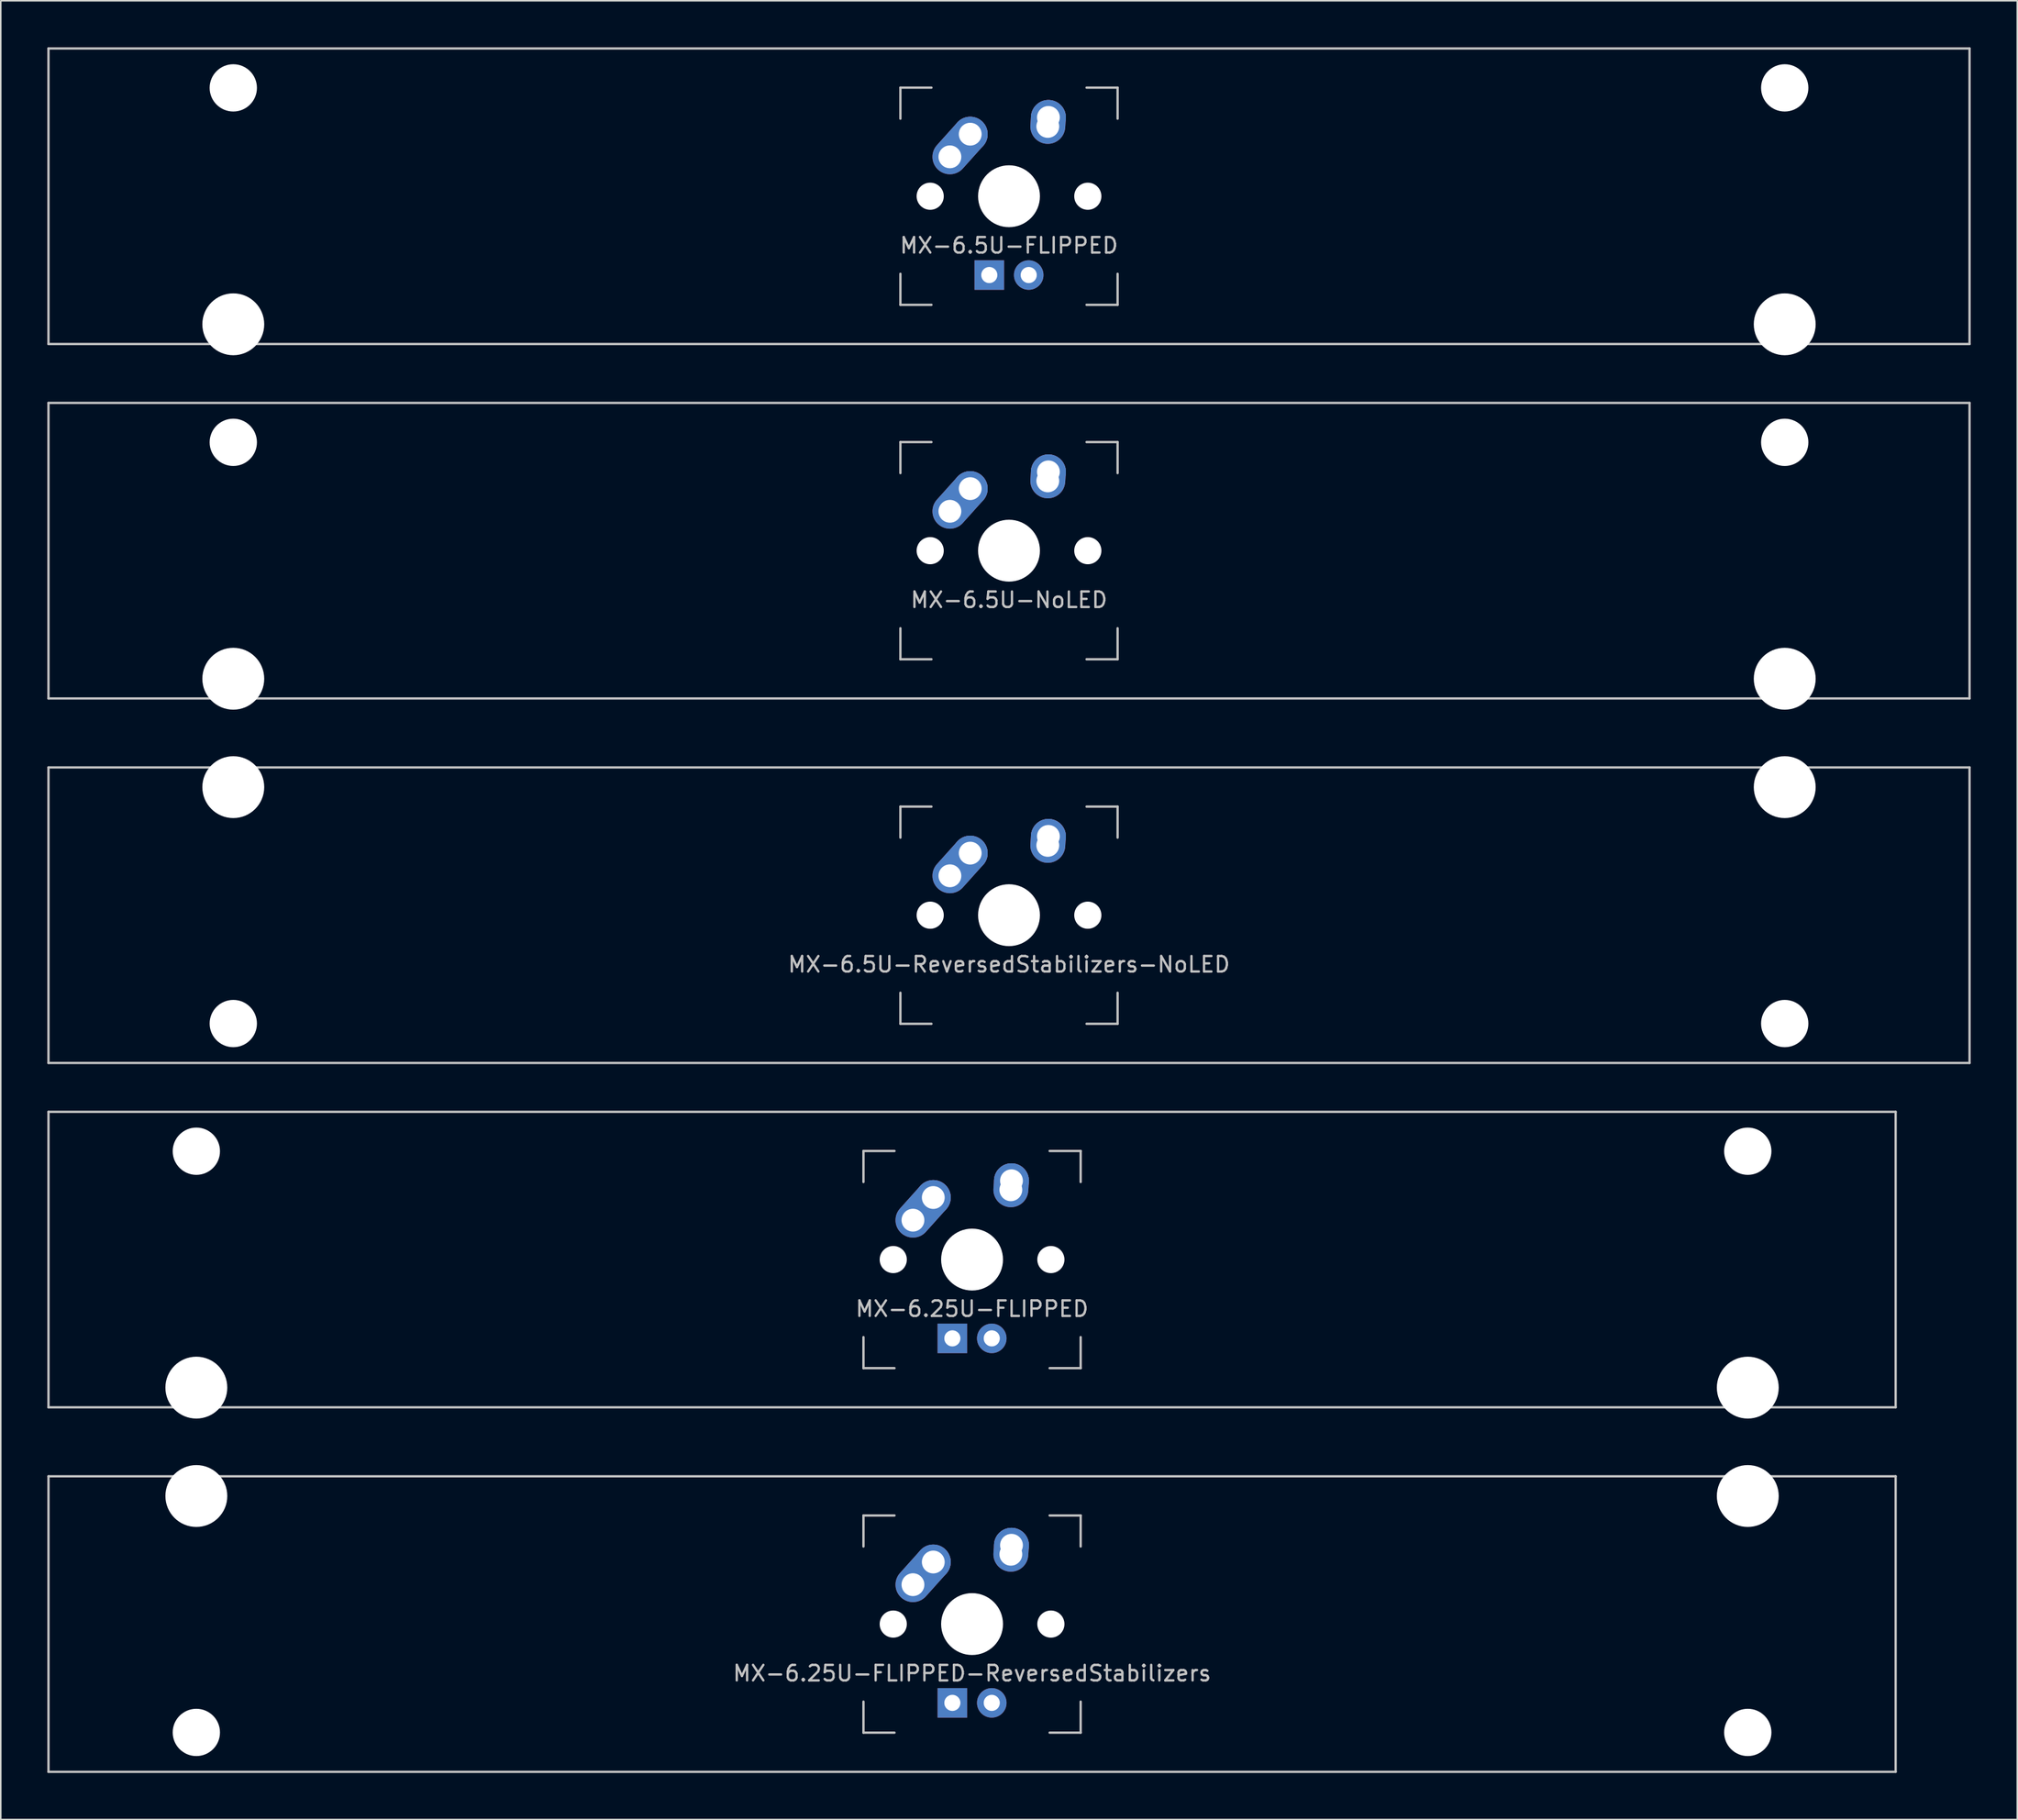
<source format=kicad_pcb>
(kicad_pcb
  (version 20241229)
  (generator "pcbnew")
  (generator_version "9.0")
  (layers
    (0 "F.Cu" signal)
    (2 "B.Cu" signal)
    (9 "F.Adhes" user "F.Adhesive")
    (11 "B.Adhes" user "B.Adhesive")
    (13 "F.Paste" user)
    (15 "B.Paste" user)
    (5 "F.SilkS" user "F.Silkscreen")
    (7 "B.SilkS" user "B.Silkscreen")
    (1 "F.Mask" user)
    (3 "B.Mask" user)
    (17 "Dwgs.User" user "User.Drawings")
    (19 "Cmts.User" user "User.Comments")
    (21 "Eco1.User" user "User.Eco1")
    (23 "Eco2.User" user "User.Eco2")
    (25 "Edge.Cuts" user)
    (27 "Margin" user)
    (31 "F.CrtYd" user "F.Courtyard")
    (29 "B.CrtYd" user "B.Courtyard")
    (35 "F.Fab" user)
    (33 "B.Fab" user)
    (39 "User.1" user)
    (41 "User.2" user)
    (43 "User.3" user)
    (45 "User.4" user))
  (footprint "MX-6.25U-FLIPPED"
    (layer "F.Cu")
    (at 59.606 78.147)
    (property "Reference" "MX-6.25U-FLIPPED" (at 0 3.175 0) (layer "Dwgs.User") (effects (font (size 1 1) (thickness 0.15))))
    (attr through_hole)
    (fp_line (start -59.531 -9.525) (end 59.531 -9.525) (stroke (width 0.15) (type solid)) (layer "Dwgs.User"))
    (fp_line (start -59.531 9.525) (end -59.531 -9.525) (stroke (width 0.15) (type solid)) (layer "Dwgs.User"))
    (fp_line (start -59.531 9.525) (end 59.531 9.525) (stroke (width 0.15) (type solid)) (layer "Dwgs.User"))
    (fp_line (start -7 -7) (end -7 -5) (stroke (width 0.15) (type solid)) (layer "Dwgs.User"))
    (fp_line (start -7 5) (end -7 7) (stroke (width 0.15) (type solid)) (layer "Dwgs.User"))
    (fp_line (start -7 7) (end -5 7) (stroke (width 0.15) (type solid)) (layer "Dwgs.User"))
    (fp_line (start -5 -7) (end -7 -7) (stroke (width 0.15) (type solid)) (layer "Dwgs.User"))
    (fp_line (start 5 -7) (end 7 -7) (stroke (width 0.15) (type solid)) (layer "Dwgs.User"))
    (fp_line (start 5 7) (end 7 7) (stroke (width 0.15) (type solid)) (layer "Dwgs.User"))
    (fp_line (start 7 -7) (end 7 -5) (stroke (width 0.15) (type solid)) (layer "Dwgs.User"))
    (fp_line (start 7 7) (end 7 5) (stroke (width 0.15) (type solid)) (layer "Dwgs.User"))
    (fp_line (start 59.531 -9.525) (end 59.531 9.525) (stroke (width 0.15) (type solid)) (layer "Dwgs.User"))
    (pad "" np_thru_hole circle (at -50 -6.985) (size 3.048 3.048) (drill 3.048) (layers "*.Cu" "*.Mask"))
    (pad "" np_thru_hole circle (at -50 8.255) (size 3.988 3.988) (drill 3.988) (layers "*.Cu" "*.Mask"))
    (pad "" np_thru_hole circle (at -5.08 0 48.1) (size 1.75 1.75) (drill 1.75) (layers "*.Cu" "*.Mask"))
    (pad "" np_thru_hole circle (at 0 0) (size 3.988 3.988) (drill 3.988) (layers "*.Cu" "*.Mask"))
    (pad "" np_thru_hole circle (at 5.08 0 48.1) (size 1.75 1.75) (drill 1.75) (layers "*.Cu" "*.Mask"))
    (pad "" np_thru_hole circle (at 50 -6.985) (size 3.048 3.048) (drill 3.048) (layers "*.Cu" "*.Mask"))
    (pad "" np_thru_hole circle (at 50 8.255) (size 3.988 3.988) (drill 3.988) (layers "*.Cu" "*.Mask"))
    (pad "1" thru_hole oval (at -3.81 -2.54 48.1) (size 4.212 2.25) (drill 1.47 (offset 0.981 0)) (layers "*.Cu" "*.Mask"))
    (pad "1" thru_hole circle (at -2.5 -4) (size 2.25 2.25) (drill 1.47) (layers "*.Cu" "*.Mask"))
    (pad "2" thru_hole oval (at 2.5 -4.5 86.055) (size 2.831 2.25) (drill 1.47 (offset 0.291 0)) (layers "*.Cu" "*.Mask"))
    (pad "2" thru_hole circle (at 2.54 -5.08) (size 2.25 2.25) (drill 1.47) (layers "*.Cu" "*.Mask"))
    (pad "3" thru_hole circle (at 1.27 5.08) (size 1.905 1.905) (drill 1.04) (layers "*.Cu" "*.Mask"))
    (pad "4" thru_hole rect (at -1.27 5.08) (size 1.905 1.905) (drill 1.04) (layers "*.Cu" "*.Mask")))
  (footprint "MX-6.5U-NoLED"
    (layer "F.Cu")
    (at 61.987 32.449)
    (property "Reference" "MX-6.5U-NoLED" (at 0 3.175 0) (layer "Dwgs.User") (effects (font (size 1 1) (thickness 0.15))))
    (attr through_hole)
    (fp_line (start -61.913 -9.525) (end 61.913 -9.525) (stroke (width 0.15) (type solid)) (layer "Dwgs.User"))
    (fp_line (start -61.913 9.525) (end -61.913 -9.525) (stroke (width 0.15) (type solid)) (layer "Dwgs.User"))
    (fp_line (start -61.913 9.525) (end 61.913 9.525) (stroke (width 0.15) (type solid)) (layer "Dwgs.User"))
    (fp_line (start -7 -7) (end -7 -5) (stroke (width 0.15) (type solid)) (layer "Dwgs.User"))
    (fp_line (start -7 5) (end -7 7) (stroke (width 0.15) (type solid)) (layer "Dwgs.User"))
    (fp_line (start -7 7) (end -5 7) (stroke (width 0.15) (type solid)) (layer "Dwgs.User"))
    (fp_line (start -5 -7) (end -7 -7) (stroke (width 0.15) (type solid)) (layer "Dwgs.User"))
    (fp_line (start 5 -7) (end 7 -7) (stroke (width 0.15) (type solid)) (layer "Dwgs.User"))
    (fp_line (start 5 7) (end 7 7) (stroke (width 0.15) (type solid)) (layer "Dwgs.User"))
    (fp_line (start 7 -7) (end 7 -5) (stroke (width 0.15) (type solid)) (layer "Dwgs.User"))
    (fp_line (start 7 7) (end 7 5) (stroke (width 0.15) (type solid)) (layer "Dwgs.User"))
    (fp_line (start 61.913 -9.525) (end 61.913 9.525) (stroke (width 0.15) (type solid)) (layer "Dwgs.User"))
    (pad "" np_thru_hole circle (at -50 -6.985) (size 3.048 3.048) (drill 3.048) (layers "*.Cu" "*.Mask"))
    (pad "" np_thru_hole circle (at -50 8.255) (size 3.988 3.988) (drill 3.988) (layers "*.Cu" "*.Mask"))
    (pad "" np_thru_hole circle (at -5.08 0 48.1) (size 1.75 1.75) (drill 1.75) (layers "*.Cu" "*.Mask"))
    (pad "" np_thru_hole circle (at 0 0) (size 3.988 3.988) (drill 3.988) (layers "*.Cu" "*.Mask"))
    (pad "" np_thru_hole circle (at 5.08 0 48.1) (size 1.75 1.75) (drill 1.75) (layers "*.Cu" "*.Mask"))
    (pad "" np_thru_hole circle (at 50 -6.985) (size 3.048 3.048) (drill 3.048) (layers "*.Cu" "*.Mask"))
    (pad "" np_thru_hole circle (at 50 8.255) (size 3.988 3.988) (drill 3.988) (layers "*.Cu" "*.Mask"))
    (pad "1" thru_hole oval (at -3.81 -2.54 48.1) (size 4.212 2.25) (drill 1.47 (offset 0.981 0)) (layers "*.Cu" "*.Mask"))
    (pad "1" thru_hole circle (at -2.5 -4) (size 2.25 2.25) (drill 1.47) (layers "*.Cu" "*.Mask"))
    (pad "2" thru_hole oval (at 2.5 -4.5 86.055) (size 2.831 2.25) (drill 1.47 (offset 0.291 0)) (layers "*.Cu" "*.Mask"))
    (pad "2" thru_hole circle (at 2.54 -5.08) (size 2.25 2.25) (drill 1.47) (layers "*.Cu" "*.Mask")))
  (footprint "MX-6.25U-FLIPPED-ReversedStabilizers"
    (layer "F.Cu")
    (at 59.606 101.644)
    (property "Reference" "MX-6.25U-FLIPPED-ReversedStabilizers" (at 0 3.175 0) (layer "Dwgs.User") (effects (font (size 1 1) (thickness 0.15))))
    (attr through_hole)
    (fp_line (start -59.531 -9.525) (end 59.531 -9.525) (stroke (width 0.15) (type solid)) (layer "Dwgs.User"))
    (fp_line (start -59.531 9.525) (end -59.531 -9.525) (stroke (width 0.15) (type solid)) (layer "Dwgs.User"))
    (fp_line (start -59.531 9.525) (end 59.531 9.525) (stroke (width 0.15) (type solid)) (layer "Dwgs.User"))
    (fp_line (start -7 -7) (end -7 -5) (stroke (width 0.15) (type solid)) (layer "Dwgs.User"))
    (fp_line (start -7 5) (end -7 7) (stroke (width 0.15) (type solid)) (layer "Dwgs.User"))
    (fp_line (start -7 7) (end -5 7) (stroke (width 0.15) (type solid)) (layer "Dwgs.User"))
    (fp_line (start -5 -7) (end -7 -7) (stroke (width 0.15) (type solid)) (layer "Dwgs.User"))
    (fp_line (start 5 -7) (end 7 -7) (stroke (width 0.15) (type solid)) (layer "Dwgs.User"))
    (fp_line (start 5 7) (end 7 7) (stroke (width 0.15) (type solid)) (layer "Dwgs.User"))
    (fp_line (start 7 -7) (end 7 -5) (stroke (width 0.15) (type solid)) (layer "Dwgs.User"))
    (fp_line (start 7 7) (end 7 5) (stroke (width 0.15) (type solid)) (layer "Dwgs.User"))
    (fp_line (start 59.531 -9.525) (end 59.531 9.525) (stroke (width 0.15) (type solid)) (layer "Dwgs.User"))
    (pad "" np_thru_hole circle (at -50 -8.255) (size 3.988 3.988) (drill 3.988) (layers "*.Cu" "*.Mask"))
    (pad "" np_thru_hole circle (at -50 6.985) (size 3.048 3.048) (drill 3.048) (layers "*.Cu" "*.Mask"))
    (pad "" np_thru_hole circle (at -5.08 0 48.1) (size 1.75 1.75) (drill 1.75) (layers "*.Cu" "*.Mask"))
    (pad "" np_thru_hole circle (at 0 0) (size 3.988 3.988) (drill 3.988) (layers "*.Cu" "*.Mask"))
    (pad "" np_thru_hole circle (at 5.08 0 48.1) (size 1.75 1.75) (drill 1.75) (layers "*.Cu" "*.Mask"))
    (pad "" np_thru_hole circle (at 50 -8.255) (size 3.988 3.988) (drill 3.988) (layers "*.Cu" "*.Mask"))
    (pad "" np_thru_hole circle (at 50 6.985) (size 3.048 3.048) (drill 3.048) (layers "*.Cu" "*.Mask"))
    (pad "1" thru_hole oval (at -3.81 -2.54 48.1) (size 4.212 2.25) (drill 1.47 (offset 0.981 0)) (layers "*.Cu" "*.Mask"))
    (pad "1" thru_hole circle (at -2.5 -4) (size 2.25 2.25) (drill 1.47) (layers "*.Cu" "*.Mask"))
    (pad "2" thru_hole oval (at 2.5 -4.5 86.055) (size 2.831 2.25) (drill 1.47 (offset 0.291 0)) (layers "*.Cu" "*.Mask"))
    (pad "2" thru_hole circle (at 2.54 -5.08) (size 2.25 2.25) (drill 1.47) (layers "*.Cu" "*.Mask"))
    (pad "3" thru_hole circle (at 1.27 5.08) (size 1.905 1.905) (drill 1.04) (layers "*.Cu" "*.Mask"))
    (pad "4" thru_hole rect (at -1.27 5.08) (size 1.905 1.905) (drill 1.04) (layers "*.Cu" "*.Mask")))
  (footprint "MX-6.5U-FLIPPED"
    (layer "F.Cu")
    (at 61.987 9.6)
    (property "Reference" "MX-6.5U-FLIPPED" (at 0 3.175 0) (layer "Dwgs.User") (effects (font (size 1 1) (thickness 0.15))))
    (attr through_hole)
    (fp_line (start -61.913 -9.525) (end 61.913 -9.525) (stroke (width 0.15) (type solid)) (layer "Dwgs.User"))
    (fp_line (start -61.913 9.525) (end -61.913 -9.525) (stroke (width 0.15) (type solid)) (layer "Dwgs.User"))
    (fp_line (start -61.913 9.525) (end 61.913 9.525) (stroke (width 0.15) (type solid)) (layer "Dwgs.User"))
    (fp_line (start -7 -7) (end -7 -5) (stroke (width 0.15) (type solid)) (layer "Dwgs.User"))
    (fp_line (start -7 5) (end -7 7) (stroke (width 0.15) (type solid)) (layer "Dwgs.User"))
    (fp_line (start -7 7) (end -5 7) (stroke (width 0.15) (type solid)) (layer "Dwgs.User"))
    (fp_line (start -5 -7) (end -7 -7) (stroke (width 0.15) (type solid)) (layer "Dwgs.User"))
    (fp_line (start 5 -7) (end 7 -7) (stroke (width 0.15) (type solid)) (layer "Dwgs.User"))
    (fp_line (start 5 7) (end 7 7) (stroke (width 0.15) (type solid)) (layer "Dwgs.User"))
    (fp_line (start 7 -7) (end 7 -5) (stroke (width 0.15) (type solid)) (layer "Dwgs.User"))
    (fp_line (start 7 7) (end 7 5) (stroke (width 0.15) (type solid)) (layer "Dwgs.User"))
    (fp_line (start 61.913 -9.525) (end 61.913 9.525) (stroke (width 0.15) (type solid)) (layer "Dwgs.User"))
    (pad "" np_thru_hole circle (at -50 -6.985) (size 3.048 3.048) (drill 3.048) (layers "*.Cu" "*.Mask"))
    (pad "" np_thru_hole circle (at -50 8.255) (size 3.988 3.988) (drill 3.988) (layers "*.Cu" "*.Mask"))
    (pad "" np_thru_hole circle (at -5.08 0 48.1) (size 1.75 1.75) (drill 1.75) (layers "*.Cu" "*.Mask"))
    (pad "" np_thru_hole circle (at 0 0) (size 3.988 3.988) (drill 3.988) (layers "*.Cu" "*.Mask"))
    (pad "" np_thru_hole circle (at 5.08 0 48.1) (size 1.75 1.75) (drill 1.75) (layers "*.Cu" "*.Mask"))
    (pad "" np_thru_hole circle (at 50 -6.985) (size 3.048 3.048) (drill 3.048) (layers "*.Cu" "*.Mask"))
    (pad "" np_thru_hole circle (at 50 8.255) (size 3.988 3.988) (drill 3.988) (layers "*.Cu" "*.Mask"))
    (pad "1" thru_hole oval (at -3.81 -2.54 48.1) (size 4.212 2.25) (drill 1.47 (offset 0.981 0)) (layers "*.Cu" "*.Mask"))
    (pad "1" thru_hole circle (at -2.5 -4) (size 2.25 2.25) (drill 1.47) (layers "*.Cu" "*.Mask"))
    (pad "2" thru_hole oval (at 2.5 -4.5 86.055) (size 2.831 2.25) (drill 1.47 (offset 0.291 0)) (layers "*.Cu" "*.Mask"))
    (pad "2" thru_hole circle (at 2.54 -5.08) (size 2.25 2.25) (drill 1.47) (layers "*.Cu" "*.Mask"))
    (pad "3" thru_hole circle (at 1.27 5.08) (size 1.905 1.905) (drill 1.04) (layers "*.Cu" "*.Mask"))
    (pad "4" thru_hole rect (at -1.27 5.08) (size 1.905 1.905) (drill 1.04) (layers "*.Cu" "*.Mask")))
  (footprint "MX-6.5U-ReversedStabilizers-NoLED"
    (layer "F.Cu")
    (at 61.987 55.947)
    (property "Reference" "MX-6.5U-ReversedStabilizers-NoLED" (at 0 3.175 0) (layer "Dwgs.User") (effects (font (size 1 1) (thickness 0.15))))
    (attr through_hole)
    (fp_line (start -61.913 -9.525) (end 61.913 -9.525) (stroke (width 0.15) (type solid)) (layer "Dwgs.User"))
    (fp_line (start -61.913 9.525) (end -61.913 -9.525) (stroke (width 0.15) (type solid)) (layer "Dwgs.User"))
    (fp_line (start -61.913 9.525) (end 61.913 9.525) (stroke (width 0.15) (type solid)) (layer "Dwgs.User"))
    (fp_line (start -7 -7) (end -7 -5) (stroke (width 0.15) (type solid)) (layer "Dwgs.User"))
    (fp_line (start -7 5) (end -7 7) (stroke (width 0.15) (type solid)) (layer "Dwgs.User"))
    (fp_line (start -7 7) (end -5 7) (stroke (width 0.15) (type solid)) (layer "Dwgs.User"))
    (fp_line (start -5 -7) (end -7 -7) (stroke (width 0.15) (type solid)) (layer "Dwgs.User"))
    (fp_line (start 5 -7) (end 7 -7) (stroke (width 0.15) (type solid)) (layer "Dwgs.User"))
    (fp_line (start 5 7) (end 7 7) (stroke (width 0.15) (type solid)) (layer "Dwgs.User"))
    (fp_line (start 7 -7) (end 7 -5) (stroke (width 0.15) (type solid)) (layer "Dwgs.User"))
    (fp_line (start 7 7) (end 7 5) (stroke (width 0.15) (type solid)) (layer "Dwgs.User"))
    (fp_line (start 61.913 -9.525) (end 61.913 9.525) (stroke (width 0.15) (type solid)) (layer "Dwgs.User"))
    (pad "" np_thru_hole circle (at -50 -8.255) (size 3.988 3.988) (drill 3.988) (layers "*.Cu" "*.Mask"))
    (pad "" np_thru_hole circle (at -50 6.985) (size 3.048 3.048) (drill 3.048) (layers "*.Cu" "*.Mask"))
    (pad "" np_thru_hole circle (at -5.08 0 48.1) (size 1.75 1.75) (drill 1.75) (layers "*.Cu" "*.Mask"))
    (pad "" np_thru_hole circle (at 0 0) (size 3.988 3.988) (drill 3.988) (layers "*.Cu" "*.Mask"))
    (pad "" np_thru_hole circle (at 5.08 0 48.1) (size 1.75 1.75) (drill 1.75) (layers "*.Cu" "*.Mask"))
    (pad "" np_thru_hole circle (at 50 -8.255) (size 3.988 3.988) (drill 3.988) (layers "*.Cu" "*.Mask"))
    (pad "" np_thru_hole circle (at 50 6.985) (size 3.048 3.048) (drill 3.048) (layers "*.Cu" "*.Mask"))
    (pad "1" thru_hole oval (at -3.81 -2.54 48.1) (size 4.212 2.25) (drill 1.47 (offset 0.981 0)) (layers "*.Cu" "*.Mask"))
    (pad "1" thru_hole circle (at -2.5 -4) (size 2.25 2.25) (drill 1.47) (layers "*.Cu" "*.Mask"))
    (pad "2" thru_hole oval (at 2.5 -4.5 86.055) (size 2.831 2.25) (drill 1.47 (offset 0.291 0)) (layers "*.Cu" "*.Mask"))
    (pad "2" thru_hole circle (at 2.54 -5.08) (size 2.25 2.25) (drill 1.47) (layers "*.Cu" "*.Mask")))
  (gr_rect
    (start -3 -3)
    (end 126.975 114.245)
    (stroke (width 0.1) (type default))
    (fill no)
    (layer "Edge.Cuts")))
</source>
